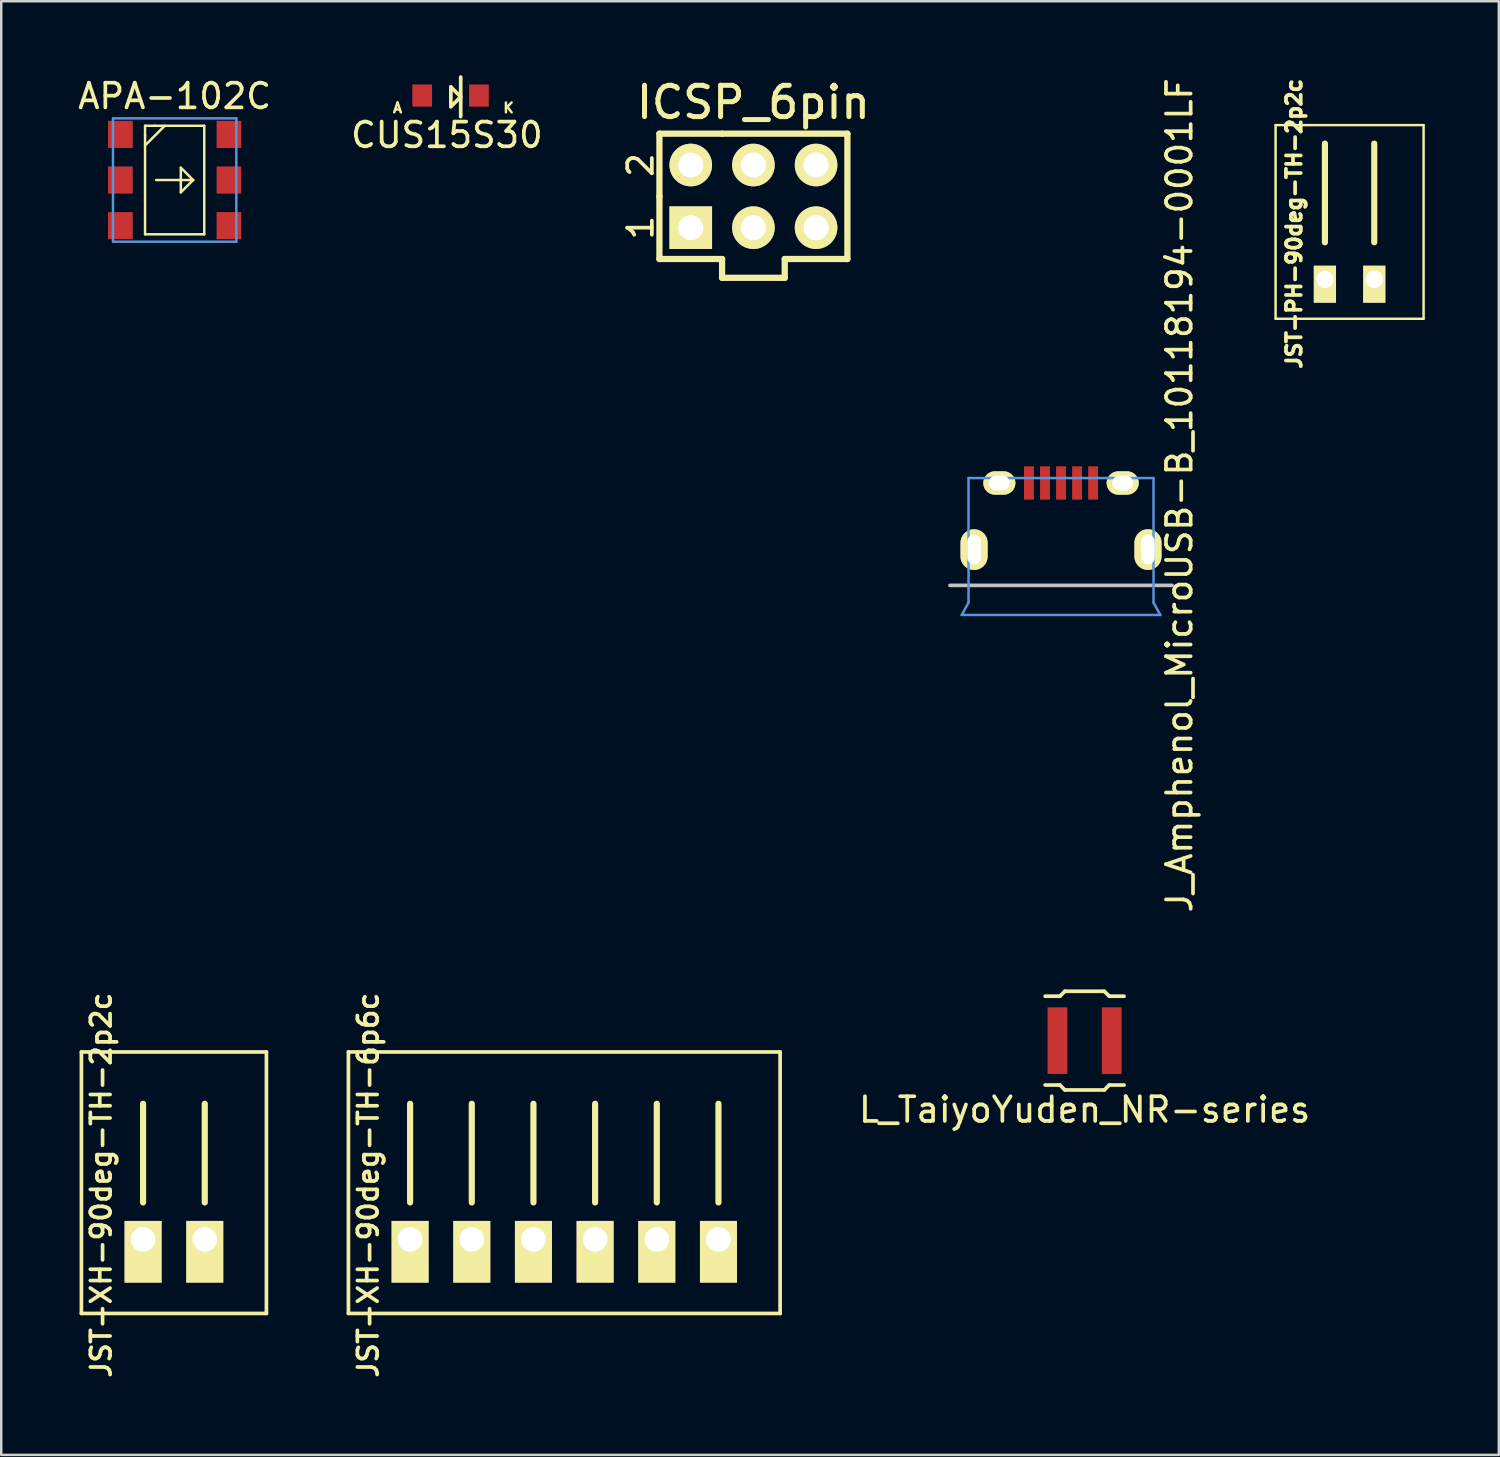
<source format=kicad_pcb>
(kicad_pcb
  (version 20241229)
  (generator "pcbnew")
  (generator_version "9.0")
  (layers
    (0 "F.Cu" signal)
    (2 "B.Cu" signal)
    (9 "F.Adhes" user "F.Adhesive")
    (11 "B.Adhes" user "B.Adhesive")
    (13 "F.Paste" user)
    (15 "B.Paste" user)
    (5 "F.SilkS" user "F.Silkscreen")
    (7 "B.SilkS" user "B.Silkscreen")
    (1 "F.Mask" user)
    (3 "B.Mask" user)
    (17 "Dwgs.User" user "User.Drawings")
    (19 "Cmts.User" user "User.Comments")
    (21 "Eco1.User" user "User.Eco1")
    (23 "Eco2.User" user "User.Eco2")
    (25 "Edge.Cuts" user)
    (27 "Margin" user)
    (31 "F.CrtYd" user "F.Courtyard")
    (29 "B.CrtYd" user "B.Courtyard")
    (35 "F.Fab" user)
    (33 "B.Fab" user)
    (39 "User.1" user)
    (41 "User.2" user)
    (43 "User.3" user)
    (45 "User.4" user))
  (footprint "ICSP_6pin"
    (layer "F.Cu")
    (at 27.492 4.91)
    (property "Reference" "ICSP_6pin" (at 0 -3.81 0) (layer "F.SilkS") (effects (font (size 1.27 1.27) (thickness 0.203))))
    (attr through_hole)
    (fp_line (start -3.81 -2.54) (end -3.81 0) (stroke (width 0.254) (type solid)) (layer "F.SilkS"))
    (fp_line (start -3.81 2.54) (end -3.81 0) (stroke (width 0.254) (type solid)) (layer "F.SilkS"))
    (fp_line (start -3.81 2.54) (end -1.27 2.54) (stroke (width 0.254) (type solid)) (layer "F.SilkS"))
    (fp_line (start -1.27 -2.54) (end -3.81 -2.54) (stroke (width 0.254) (type solid)) (layer "F.SilkS"))
    (fp_line (start -1.27 2.54) (end -1.27 3.302) (stroke (width 0.254) (type solid)) (layer "F.SilkS"))
    (fp_line (start -1.27 3.302) (end 1.27 3.302) (stroke (width 0.254) (type solid)) (layer "F.SilkS"))
    (fp_line (start 1.27 2.54) (end 3.81 2.54) (stroke (width 0.254) (type solid)) (layer "F.SilkS"))
    (fp_line (start 1.27 3.302) (end 1.27 2.54) (stroke (width 0.254) (type solid)) (layer "F.SilkS"))
    (fp_line (start 3.81 -2.54) (end -1.27 -2.54) (stroke (width 0.254) (type solid)) (layer "F.SilkS"))
    (fp_line (start 3.81 2.54) (end 3.81 -2.54) (stroke (width 0.254) (type solid)) (layer "F.SilkS"))
    (fp_text user "2" (at -4.572 -1.27 90) (layer "F.SilkS") (effects (font (size 1 1) (thickness 0.15))))
    (fp_text user "1" (at -4.572 1.27 90) (layer "F.SilkS") (effects (font (size 1 1) (thickness 0.15))))
    (pad "1" thru_hole rect (at -2.54 1.27) (size 1.727 1.727) (drill 1.016) (layers "*.Cu" "*.Mask" "F.SilkS"))
    (pad "2" thru_hole oval (at -2.54 -1.27) (size 1.727 1.727) (drill 1.016) (layers "*.Cu" "*.Mask" "F.SilkS"))
    (pad "3" thru_hole oval (at 0 1.27) (size 1.727 1.727) (drill 1.016) (layers "*.Cu" "*.Mask" "F.SilkS"))
    (pad "4" thru_hole oval (at 0 -1.27) (size 1.727 1.727) (drill 1.016) (layers "*.Cu" "*.Mask" "F.SilkS"))
    (pad "5" thru_hole oval (at 2.54 1.27) (size 1.727 1.727) (drill 1.016) (layers "*.Cu" "*.Mask" "F.SilkS"))
    (pad "6" thru_hole oval (at 2.54 -1.27) (size 1.727 1.727) (drill 1.016) (layers "*.Cu" "*.Mask" "F.SilkS")))
  (footprint "L_TaiyoYuden_NR-series"
    (layer "F.Cu")
    (at 40.918 39.135)
    (property "Reference" "L_TaiyoYuden_NR-series" (at 0 2.8 0) (layer "F.SilkS") (effects (font (size 1 1) (thickness 0.15))))
    (attr through_hole)
    (fp_line (start -1.6 -1.8) (end -1 -1.8) (stroke (width 0.15) (type solid)) (layer "F.SilkS"))
    (fp_line (start -1.6 1.8) (end -1 1.8) (stroke (width 0.15) (type solid)) (layer "F.SilkS"))
    (fp_line (start -1 -1.8) (end -0.8 -2) (stroke (width 0.15) (type solid)) (layer "F.SilkS"))
    (fp_line (start -1 1.8) (end -0.8 2) (stroke (width 0.15) (type solid)) (layer "F.SilkS"))
    (fp_line (start -0.8 -2) (end 0.8 -2) (stroke (width 0.15) (type solid)) (layer "F.SilkS"))
    (fp_line (start -0.8 2) (end 0.8 2) (stroke (width 0.15) (type solid)) (layer "F.SilkS"))
    (fp_line (start 0.8 -2) (end 1 -1.8) (stroke (width 0.15) (type solid)) (layer "F.SilkS"))
    (fp_line (start 0.8 2) (end 1 1.8) (stroke (width 0.15) (type solid)) (layer "F.SilkS"))
    (fp_line (start 1 -1.8) (end 1.6 -1.8) (stroke (width 0.15) (type solid)) (layer "F.SilkS"))
    (fp_line (start 1 1.8) (end 1.6 1.8) (stroke (width 0.15) (type solid)) (layer "F.SilkS"))
    (pad "1" smd rect (at -1.1 0) (size 0.8 2.7) (layers "F.Cu" "F.Mask" "F.Paste"))
    (pad "2" smd rect (at 1.1 0) (size 0.8 2.7) (layers "F.Cu" "F.Mask" "F.Paste")))
  (footprint "APA-102C"
    (layer "F.Cu")
    (at 4.03 4.248)
    (property "Reference" "APA-102C" (at 0 -3.4 0) (layer "F.SilkS") (effects (font (size 1 1) (thickness 0.15))))
    (attr through_hole)
    (fp_line (start -1.2 -2.2) (end -1.2 -1.8) (stroke (width 0.1) (type solid)) (layer "F.SilkS"))
    (fp_line (start -1.2 -1.8) (end -1.2 2.2) (stroke (width 0.1) (type solid)) (layer "F.SilkS"))
    (fp_line (start -1.2 -1.4) (end -0.4 -2.2) (stroke (width 0.1) (type solid)) (layer "F.SilkS"))
    (fp_line (start -1.2 2.2) (end 1.2 2.2) (stroke (width 0.1) (type solid)) (layer "F.SilkS"))
    (fp_line (start -0.8 -2.2) (end -1.2 -2.2) (stroke (width 0.1) (type solid)) (layer "F.SilkS"))
    (fp_line (start -0.75 0) (end 0.75 0) (stroke (width 0.1) (type solid)) (layer "F.SilkS"))
    (fp_line (start 0.25 -0.5) (end 0.75 0) (stroke (width 0.1) (type solid)) (layer "F.SilkS"))
    (fp_line (start 0.25 0.5) (end 0.25 -0.5) (stroke (width 0.1) (type solid)) (layer "F.SilkS"))
    (fp_line (start 0.75 0) (end 0.25 0.5) (stroke (width 0.1) (type solid)) (layer "F.SilkS"))
    (fp_line (start 1.2 -2.2) (end -0.8 -2.2) (stroke (width 0.1) (type solid)) (layer "F.SilkS"))
    (fp_line (start 1.2 2.2) (end 1.2 -2.2) (stroke (width 0.1) (type solid)) (layer "F.SilkS"))
    (fp_line (start -2.5 -2.5) (end 2.5 -2.5) (stroke (width 0.1) (type solid)) (layer "Cmts.User"))
    (fp_line (start -2.5 2.5) (end -2.5 -2.5) (stroke (width 0.1) (type solid)) (layer "Cmts.User"))
    (fp_line (start 2.5 -2.5) (end 2.5 2.5) (stroke (width 0.1) (type solid)) (layer "Cmts.User"))
    (fp_line (start 2.5 2.5) (end -2.5 2.5) (stroke (width 0.1) (type solid)) (layer "Cmts.User"))
    (pad "1" smd rect (at -2.2 -1.85 270) (size 1.1 1) (layers "F.Cu" "F.Mask" "F.Paste"))
    (pad "2" smd rect (at -2.2 0 270) (size 1.1 1) (layers "F.Cu" "F.Mask" "F.Paste"))
    (pad "3" smd rect (at -2.2 1.85 270) (size 1.1 1) (layers "F.Cu" "F.Mask" "F.Paste"))
    (pad "4" smd rect (at 2.2 1.85 270) (size 1.1 1) (layers "F.Cu" "F.Mask" "F.Paste"))
    (pad "5" smd rect (at 2.2 0 270) (size 1.1 1) (layers "F.Cu" "F.Mask" "F.Paste"))
    (pad "6" smd rect (at 2.2 -1.85 270) (size 1.1 1) (layers "F.Cu" "F.Mask" "F.Paste")))
  (footprint "JST-PH-90deg-TH-2p2c"
    (layer "F.Cu")
    (at 51.66 8.272)
    (property "Reference" "JST-PH-90deg-TH-2p2c" (at -2.25 -2.25 90) (layer "F.SilkS") (effects (font (size 0.6 0.6) (thickness 0.15))))
    (attr through_hole)
    (fp_line (start -3 -6.25) (end 3 -6.25) (stroke (width 0.1) (type solid)) (layer "F.SilkS"))
    (fp_line (start -3 1.6) (end -3 -6.25) (stroke (width 0.1) (type solid)) (layer "F.SilkS"))
    (fp_line (start -1 -1.5) (end -1 -5.5) (stroke (width 0.25) (type solid)) (layer "F.SilkS"))
    (fp_line (start 1 -1.5) (end 1 -5.5) (stroke (width 0.25) (type solid)) (layer "F.SilkS"))
    (fp_line (start 3 1.6) (end -3 1.6) (stroke (width 0.1) (type solid)) (layer "F.SilkS"))
    (fp_line (start 3 1.6) (end 3 -6.25) (stroke (width 0.1) (type solid)) (layer "F.SilkS"))
    (pad "1" thru_hole rect (at 1 0) (size 0.9 1.5) (drill 0.7 (offset 0 0.2)) (layers "*.Cu" "*.Mask" "F.SilkS"))
    (pad "2" thru_hole trapezoid (at -1 0) (size 0.9 1.5) (drill 0.7 (offset 0 0.2)) (layers "*.Cu" "*.Mask" "F.SilkS")))
  (footprint "CUS15S30"
    (layer "F.Cu")
    (at 14.065 0.824)
    (property "Reference" "CUS15S30" (at 1 1.6 0) (layer "F.SilkS") (effects (font (size 1 1) (thickness 0.15))))
    (attr through_hole)
    (fp_line (start 1.162 -0.349) (end 1.562 0.051) (stroke (width 0.15) (type solid)) (layer "F.SilkS"))
    (fp_line (start 1.162 0.451) (end 1.162 -0.349) (stroke (width 0.15) (type solid)) (layer "F.SilkS"))
    (fp_line (start 1.562 0.051) (end 1.162 0.451) (stroke (width 0.15) (type solid)) (layer "F.SilkS"))
    (fp_line (start 1.562 0.851) (end 1.562 -0.749) (stroke (width 0.15) (type solid)) (layer "F.SilkS"))
    (fp_text user "K" (at 3.5 0.5 0) (layer "F.SilkS") (effects (font (size 0.4 0.4) (thickness 0.1))))
    (fp_text user "A" (at -1 0.5 0) (layer "F.SilkS") (effects (font (size 0.4 0.4) (thickness 0.1))))
    (pad "1" smd rect (at 0 0) (size 0.8 0.9) (layers "F.Cu" "F.Mask" "F.Paste"))
    (pad "2" smd rect (at 2.3 0) (size 0.8 0.9) (layers "F.Cu" "F.Mask" "F.Paste")))
  (footprint "JST-XH-90deg-TH-6p6c"
    (layer "F.Cu")
    (at 11.075 47.195)
    (property "Reference" "JST-XH-90deg-TH-6p6c" (at 0.8 -2.2 90) (layer "F.SilkS") (effects (font (size 0.8 0.8) (thickness 0.15))))
    (attr through_hole)
    (fp_line (start 0 -7.6) (end 17.5 -7.6) (stroke (width 0.15) (type solid)) (layer "F.SilkS"))
    (fp_line (start 0 3) (end 0 -7.6) (stroke (width 0.15) (type solid)) (layer "F.SilkS"))
    (fp_line (start 0 3) (end 17.5 3) (stroke (width 0.15) (type solid)) (layer "F.SilkS"))
    (fp_line (start 2.5 -1.5) (end 2.5 -5.5) (stroke (width 0.25) (type solid)) (layer "F.SilkS"))
    (fp_line (start 5 -1.5) (end 5 -5.5) (stroke (width 0.25) (type solid)) (layer "F.SilkS"))
    (fp_line (start 7.5 -1.5) (end 7.5 -5.5) (stroke (width 0.25) (type solid)) (layer "F.SilkS"))
    (fp_line (start 10 -1.5) (end 10 -5.5) (stroke (width 0.25) (type solid)) (layer "F.SilkS"))
    (fp_line (start 12.5 -1.5) (end 12.5 -5.5) (stroke (width 0.25) (type solid)) (layer "F.SilkS"))
    (fp_line (start 15 -1.5) (end 15 -5.5) (stroke (width 0.25) (type solid)) (layer "F.SilkS"))
    (fp_line (start 17.5 3) (end 17.5 -7.6) (stroke (width 0.15) (type solid)) (layer "F.SilkS"))
    (pad "1" thru_hole rect (at 2.5 0) (size 1.5 2.5) (drill 1 (offset 0 0.5)) (layers "*.Cu" "*.Mask" "F.SilkS"))
    (pad "2" thru_hole rect (at 5 0) (size 1.5 2.5) (drill 1 (offset 0 0.5)) (layers "*.Cu" "*.Mask" "F.SilkS"))
    (pad "3" thru_hole rect (at 7.5 0) (size 1.5 2.5) (drill 1 (offset 0 0.5)) (layers "*.Cu" "*.Mask" "F.SilkS"))
    (pad "4" thru_hole rect (at 10 0) (size 1.5 2.5) (drill 1 (offset 0 0.5)) (layers "*.Cu" "*.Mask" "F.SilkS"))
    (pad "5" thru_hole rect (at 12.5 0) (size 1.5 2.5) (drill 1 (offset 0 0.5)) (layers "*.Cu" "*.Mask" "F.SilkS"))
    (pad "6" thru_hole rect (at 15 0) (size 1.5 2.5) (drill 1 (offset 0 0.5)) (layers "*.Cu" "*.Mask" "F.SilkS")))
  (footprint "JST-XH-90deg-TH-2p2c"
    (layer "F.Cu")
    (at 0.25 47.195)
    (property "Reference" "JST-XH-90deg-TH-2p2c" (at 0.8 -2.2 90) (layer "F.SilkS") (effects (font (size 0.8 0.8) (thickness 0.15))))
    (attr through_hole)
    (fp_line (start 0 -7.6) (end 7.5 -7.6) (stroke (width 0.15) (type solid)) (layer "F.SilkS"))
    (fp_line (start 0 3) (end 0 -7.6) (stroke (width 0.15) (type solid)) (layer "F.SilkS"))
    (fp_line (start 2.5 -1.5) (end 2.5 -5.5) (stroke (width 0.25) (type solid)) (layer "F.SilkS"))
    (fp_line (start 5 -1.5) (end 5 -5.5) (stroke (width 0.25) (type solid)) (layer "F.SilkS"))
    (fp_line (start 7.5 3) (end 0 3) (stroke (width 0.15) (type solid)) (layer "F.SilkS"))
    (fp_line (start 7.5 3) (end 7.5 -7.6) (stroke (width 0.15) (type solid)) (layer "F.SilkS"))
    (pad "1" thru_hole rect (at 2.5 0) (size 1.5 2.5) (drill 1 (offset 0 0.5)) (layers "*.Cu" "*.Mask" "F.SilkS"))
    (pad "2" thru_hole rect (at 5 0) (size 1.5 2.5) (drill 1 (offset 0 0.5)) (layers "*.Cu" "*.Mask" "F.SilkS")))
  (footprint "J_Amphenol_MicroUSB-B_10118194-0001LF"
    (layer "F.Cu")
    (at 39.962 19.23)
    (property "Reference" "J_Amphenol_MicroUSB-B_10118194-0001LF" (at 4.8 -2.2 90) (layer "F.SilkS") (effects (font (size 1 1) (thickness 0.15))))
    (attr through_hole)
    (fp_line (start -4.5 1.45) (end 4.5 1.45) (stroke (width 0.15) (type solid)) (layer "Dwgs.User"))
    (fp_line (start -4.025 2.65) (end 4.025 2.65) (stroke (width 0.1) (type solid)) (layer "Cmts.User"))
    (fp_line (start -3.75 -2.9) (end 3.75 -2.9) (stroke (width 0.1) (type solid)) (layer "Cmts.User"))
    (fp_line (start -3.75 2.15) (end -4.025 2.65) (stroke (width 0.1) (type solid)) (layer "Cmts.User"))
    (fp_line (start -3.75 2.15) (end -3.75 -2.9) (stroke (width 0.1) (type solid)) (layer "Cmts.User"))
    (fp_line (start 3.75 2.15) (end 3.75 -2.9) (stroke (width 0.1) (type solid)) (layer "Cmts.User"))
    (fp_line (start 3.75 2.15) (end 4.025 2.65) (stroke (width 0.1) (type solid)) (layer "Cmts.User"))
    (pad "" thru_hole oval (at -3.525 0) (size 1.1 1.65) (drill oval 0.55 1.2) (layers "*.Cu" "*.Mask" "F.SilkS"))
    (pad "" thru_hole oval (at -2.5 -2.7) (size 1.3 0.95) (drill oval 0.85 0.6) (layers "*.Cu" "*.Mask" "F.SilkS"))
    (pad "" thru_hole oval (at 2.5 -2.7) (size 1.3 0.95) (drill oval 0.85 0.6) (layers "*.Cu" "*.Mask" "F.SilkS"))
    (pad "" thru_hole oval (at 3.525 0) (size 1.1 1.65) (drill oval 0.55 1.2) (layers "*.Cu" "*.Mask" "F.SilkS"))
    (pad "1" smd rect (at -1.3 -2.7) (size 0.4 1.35) (layers "F.Cu" "F.Mask" "F.Paste"))
    (pad "2" smd rect (at -0.65 -2.7) (size 0.4 1.35) (layers "F.Cu" "F.Mask" "F.Paste"))
    (pad "3" smd rect (at 0 -2.7) (size 0.4 1.35) (layers "F.Cu" "F.Mask" "F.Paste"))
    (pad "4" smd rect (at 0.65 -2.7) (size 0.4 1.35) (layers "F.Cu" "F.Mask" "F.Paste"))
    (pad "5" smd rect (at 1.3 -2.7) (size 0.4 1.35) (layers "F.Cu" "F.Mask" "F.Paste")))
  (gr_rect
    (start -3 -3)
    (end 57.71 55.93)
    (stroke (width 0.1) (type default))
    (fill no)
    (layer "Edge.Cuts")))
</source>
